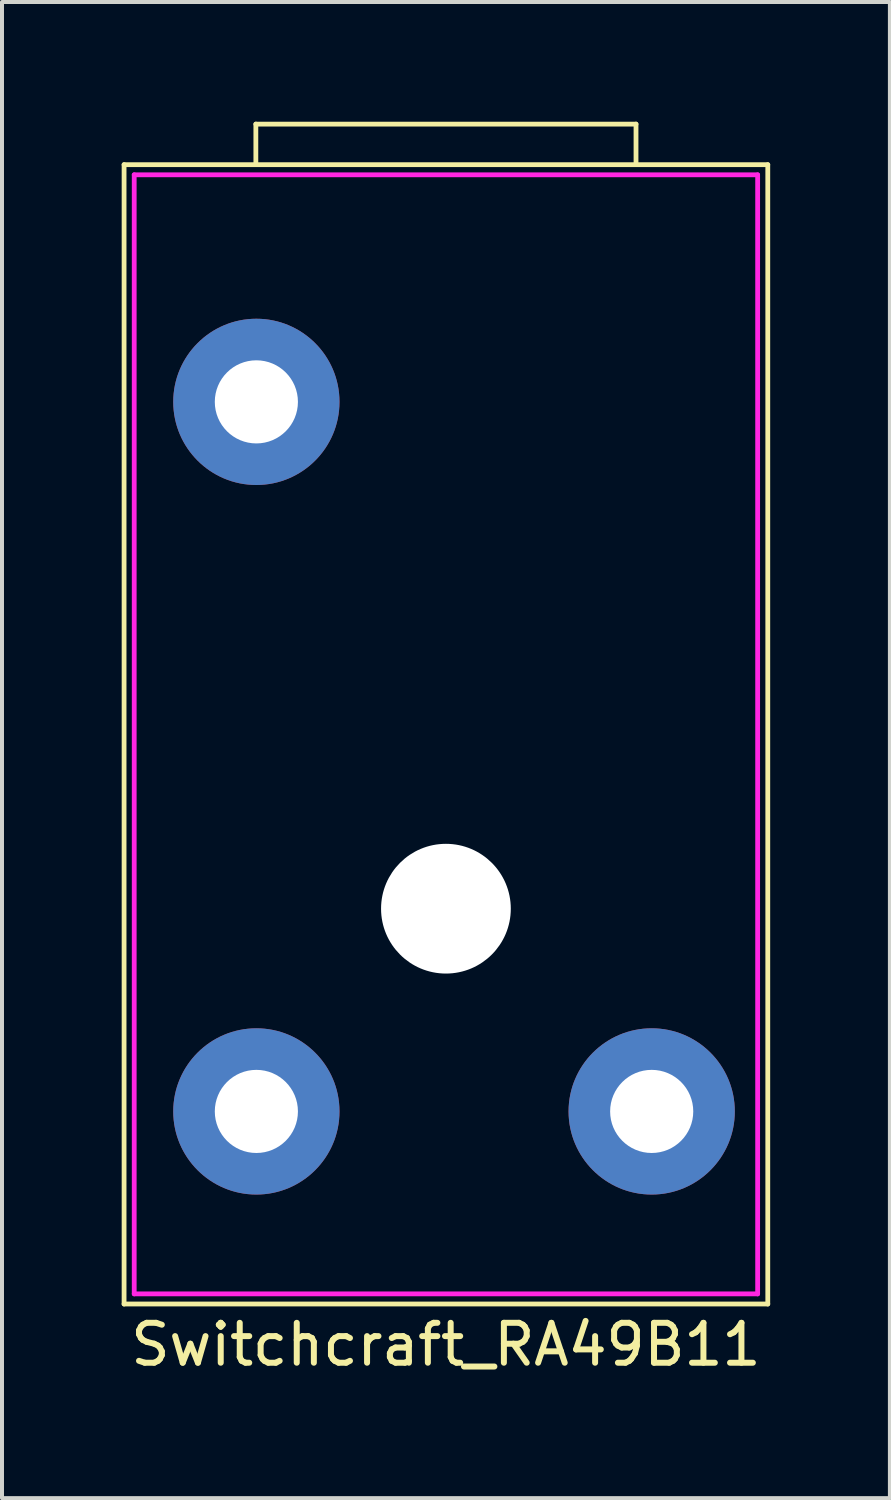
<source format=kicad_pcb>
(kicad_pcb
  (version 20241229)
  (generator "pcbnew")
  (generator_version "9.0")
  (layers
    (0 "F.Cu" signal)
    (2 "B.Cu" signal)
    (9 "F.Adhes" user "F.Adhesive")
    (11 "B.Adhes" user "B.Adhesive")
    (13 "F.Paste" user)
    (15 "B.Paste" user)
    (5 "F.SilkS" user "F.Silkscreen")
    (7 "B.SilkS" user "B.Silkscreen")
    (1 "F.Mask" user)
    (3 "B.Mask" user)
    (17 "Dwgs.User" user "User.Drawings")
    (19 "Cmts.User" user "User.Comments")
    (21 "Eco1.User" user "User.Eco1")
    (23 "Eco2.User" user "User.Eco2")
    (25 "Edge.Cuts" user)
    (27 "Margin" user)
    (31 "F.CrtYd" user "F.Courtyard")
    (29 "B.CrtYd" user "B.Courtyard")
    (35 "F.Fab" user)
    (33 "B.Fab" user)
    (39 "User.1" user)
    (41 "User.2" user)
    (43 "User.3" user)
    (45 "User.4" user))
  (footprint "Switchcraft_RA49B11"
    (layer "F.Cu")
    (at 8.124 19.72)
    (property "Reference" "Switchcraft_RA49B11" (at 0 10.922 0) (layer "F.SilkS") (effects (font (size 1 1) (thickness 0.15))))
    (attr through_hole)
    (fp_line (start -8.065 -18.644) (end 8.065 -18.644) (stroke (width 0.12) (type solid)) (layer "F.SilkS"))
    (fp_line (start -8.065 9.906) (end -8.065 -18.644) (stroke (width 0.12) (type solid)) (layer "F.SilkS"))
    (fp_line (start -4.763 -19.66) (end 4.763 -19.66) (stroke (width 0.12) (type solid)) (layer "F.SilkS"))
    (fp_line (start -4.763 -18.644) (end -4.763 -19.66) (stroke (width 0.12) (type solid)) (layer "F.SilkS"))
    (fp_line (start 4.763 -19.66) (end 4.763 -18.644) (stroke (width 0.12) (type solid)) (layer "F.SilkS"))
    (fp_line (start 8.065 -18.644) (end 8.065 9.906) (stroke (width 0.12) (type solid)) (layer "F.SilkS"))
    (fp_line (start 8.065 9.906) (end -8.065 9.906) (stroke (width 0.12) (type solid)) (layer "F.SilkS"))
    (fp_line (start -7.811 -18.39) (end 7.811 -18.39) (stroke (width 0.12) (type solid)) (layer "F.CrtYd"))
    (fp_line (start -7.811 9.652) (end -7.811 -18.39) (stroke (width 0.12) (type solid)) (layer "F.CrtYd"))
    (fp_line (start 7.811 -18.39) (end 7.811 9.652) (stroke (width 0.12) (type solid)) (layer "F.CrtYd"))
    (fp_line (start 7.811 9.652) (end -7.811 9.652) (stroke (width 0.12) (type solid)) (layer "F.CrtYd"))
    (pad "" np_thru_hole circle (at 0 0) (size 3.251 3.251) (drill 3.251) (layers "*.Cu" "*.Mask"))
    (pad "S" thru_hole circle (at -4.75 -12.7) (size 4.166 4.166) (drill 2.083) (layers "*.Cu" "*.Mask"))
    (pad "T" thru_hole circle (at -4.75 5.08) (size 4.166 4.166) (drill 2.083) (layers "*.Cu" "*.Mask"))
    (pad "T" thru_hole circle (at 5.156 5.08) (size 4.166 4.166) (drill 2.083) (layers "*.Cu" "*.Mask")))
  (gr_rect
    (start -3 -3)
    (end 19.249 34.49)
    (stroke (width 0.1) (type default))
    (fill no)
    (layer "Edge.Cuts")))
</source>
